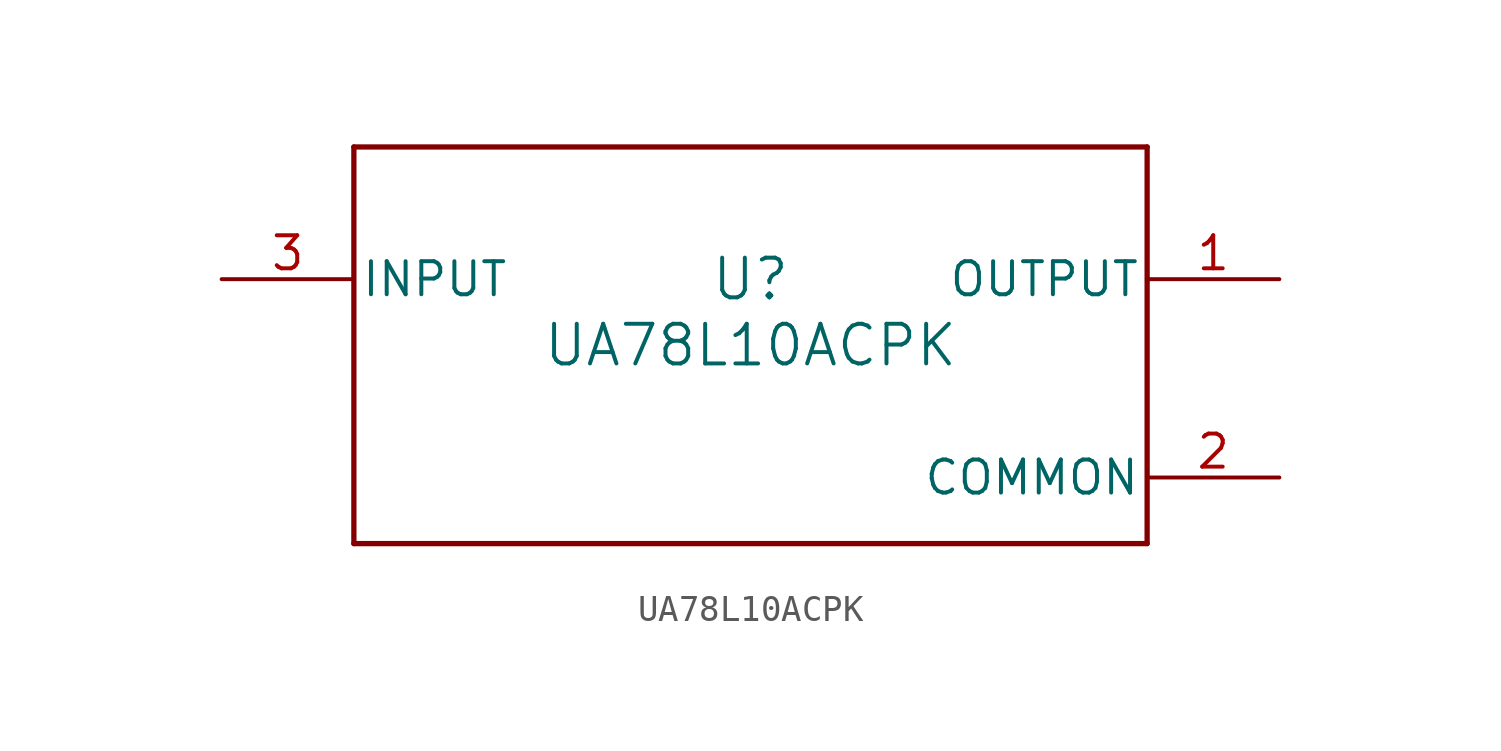
<source format=kicad_sym>
(kicad_symbol_lib
  (version 20211014)
  (generator kicad_symbol_editor)
  (symbol "UA78L10ACPK"
    (pin_names
      (offset 0.254))
    (property "Reference" "U"
      (at 0 2.54 0)
      (effects (font (size 1.524 1.524))))
    (property "Value" "UA78L10ACPK"
      (at 0 0 0)
      (effects (font (size 1.524 1.524))))
    (symbol "UA78L10ACPK_0_1"
      (polyline (pts (xy -15.24 -7.62) (xy 15.24 -7.62)) (stroke (width 0.203) (type default) (color 0 0 0 0)) (fill (type none)))
      (polyline (pts (xy 15.24 -7.62) (xy 15.24 7.62)) (stroke (width 0.203) (type default) (color 0 0 0 0)) (fill (type none)))
      (polyline (pts (xy 15.24 7.62) (xy -15.24 7.62)) (stroke (width 0.203) (type default) (color 0 0 0 0)) (fill (type none)))
      (polyline (pts (xy -15.24 7.62) (xy -15.24 -7.62)) (stroke (width 0.203) (type default) (color 0 0 0 0)) (fill (type none)))
      (pin power_in line (at 20.32 2.54 180) (length 5.08) (name "OUTPUT" (effects (font (size 1.27 1.27)))) (number "1" (effects (font (size 1.27 1.27)))))
      (pin power_in line (at 20.32 -5.08 180) (length 5.08) (name "COMMON" (effects (font (size 1.27 1.27)))) (number "2" (effects (font (size 1.27 1.27)))))
      (pin power_in line (at -20.32 2.54 0) (length 5.08) (name "INPUT" (effects (font (size 1.27 1.27)))) (number "3" (effects (font (size 1.27 1.27))))))))
</source>
